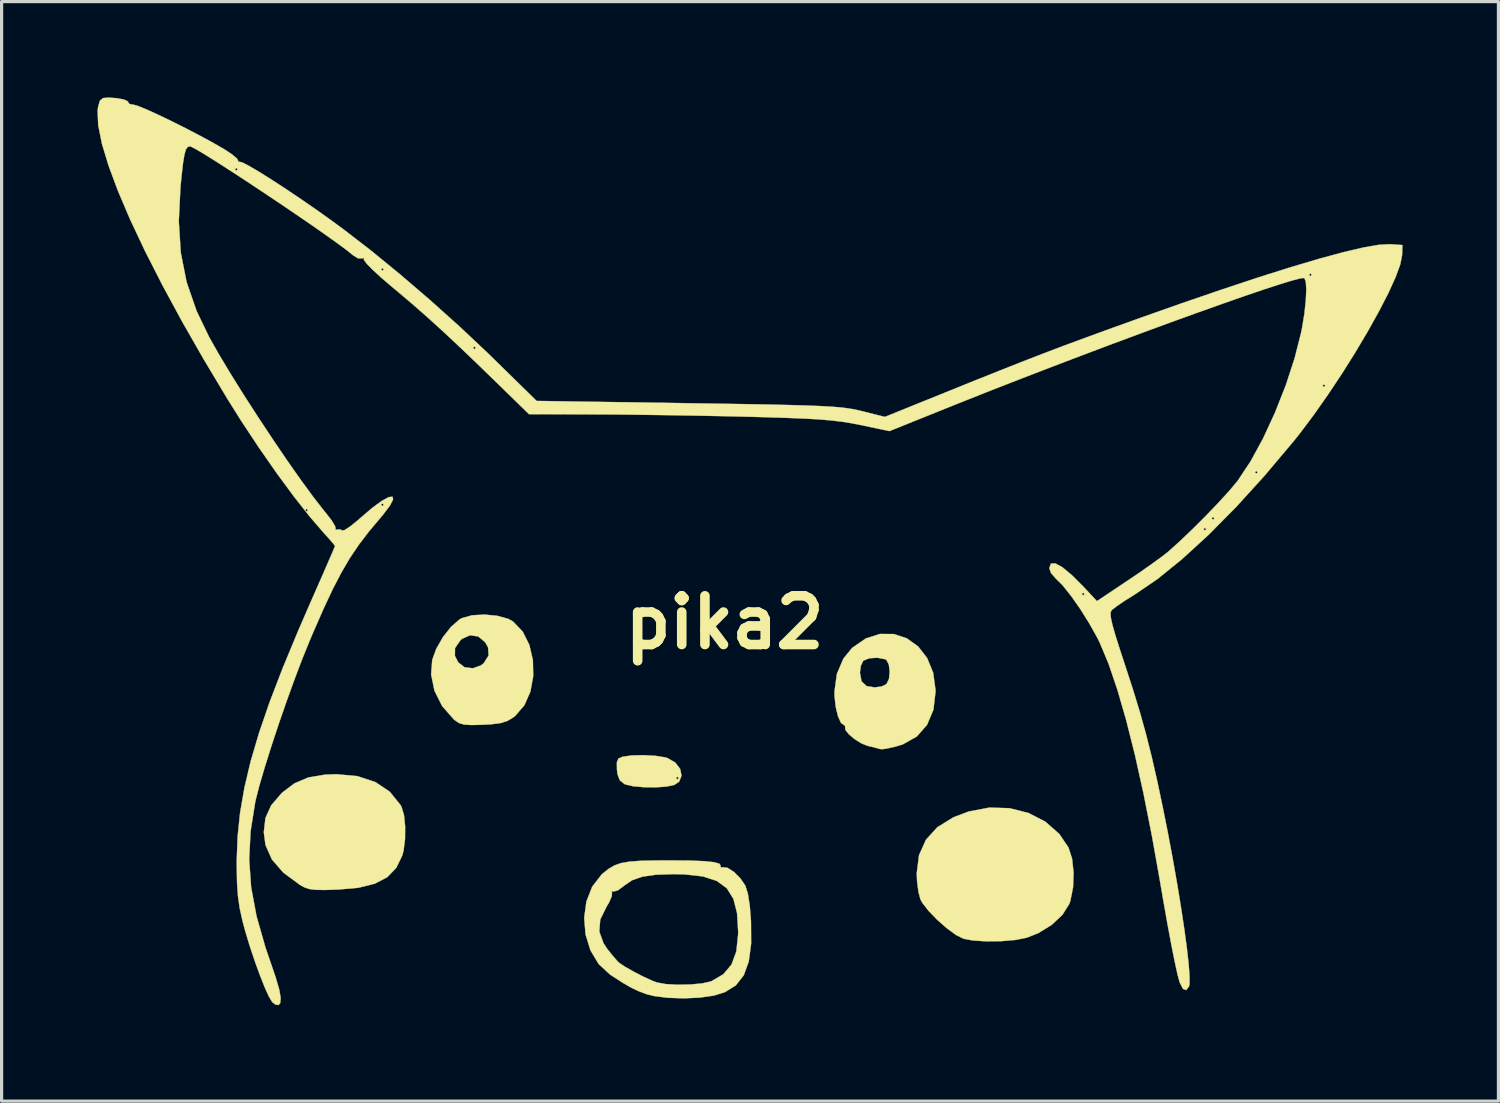
<source format=kicad_pcb>
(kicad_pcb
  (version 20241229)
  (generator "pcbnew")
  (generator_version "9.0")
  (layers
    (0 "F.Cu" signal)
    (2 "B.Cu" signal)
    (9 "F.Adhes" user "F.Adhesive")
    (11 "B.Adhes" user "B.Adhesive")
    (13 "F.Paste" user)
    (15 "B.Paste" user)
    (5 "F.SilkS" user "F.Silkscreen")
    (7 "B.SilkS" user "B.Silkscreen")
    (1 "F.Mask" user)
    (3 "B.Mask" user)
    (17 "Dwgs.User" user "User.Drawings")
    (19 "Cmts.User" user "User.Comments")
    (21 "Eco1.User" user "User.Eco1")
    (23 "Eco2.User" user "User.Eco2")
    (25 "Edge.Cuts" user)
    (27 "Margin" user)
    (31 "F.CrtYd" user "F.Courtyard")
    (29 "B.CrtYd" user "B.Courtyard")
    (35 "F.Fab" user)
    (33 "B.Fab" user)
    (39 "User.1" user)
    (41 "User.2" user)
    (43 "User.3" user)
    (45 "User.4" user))
  (footprint "pika2"
    (layer "F.Cu")
    (at 19.626 16.429)
    (property "Reference" "pika2" (at 0 0 0) (layer "F.SilkS") (effects (font (size 1.524 1.524) (thickness 0.3))))
    (attr through_hole)
    (fp_poly (pts (xy -2.166 4.173) (xy -1.857 4.222) (xy -1.789 4.242) (xy -1.543 4.385) (xy -1.393 4.583) (xy -1.349 4.795) (xy -1.423 4.981) (xy -1.572 5.082) (xy -1.817 5.135) (xy -2.155 5.159) (xy -2.524 5.155) (xy -2.861 5.125) (xy -3.104 5.069) (xy -3.133 5.056) (xy -3.282 4.938) (xy -3.308 4.868) (xy -1.524 4.868) (xy -1.482 4.911) (xy -1.439 4.868) (xy -1.482 4.826) (xy -1.524 4.868) (xy -3.308 4.868) (xy -3.354 4.744) (xy -3.37 4.602) (xy -3.373 4.374) (xy -3.324 4.259) (xy -3.2 4.203) (xy -2.914 4.161) (xy -2.544 4.152) (xy -2.166 4.173)) (stroke (width 0.01) (type solid)) (fill yes) (layer "F.SilkS"))
    (fp_poly (pts (xy -11.492 4.809) (xy -10.932 4.993) (xy -10.479 5.296) (xy -10.145 5.71) (xy -10.11 5.774) (xy -10.034 6.028) (xy -9.998 6.382) (xy -10.001 6.771) (xy -10.046 7.131) (xy -10.087 7.29) (xy -10.275 7.677) (xy -10.556 7.969) (xy -10.947 8.174) (xy -11.464 8.302) (xy -12.107 8.359) (xy -12.518 8.371) (xy -12.802 8.366) (xy -13.001 8.34) (xy -13.156 8.286) (xy -13.293 8.21) (xy -13.811 7.827) (xy -14.168 7.415) (xy -14.368 6.966) (xy -14.421 6.564) (xy -14.369 6.116) (xy -14.19 5.723) (xy -13.865 5.343) (xy -13.846 5.325) (xy -13.464 5.035) (xy -13.031 4.851) (xy -12.508 4.762) (xy -12.15 4.748) (xy -11.492 4.809)) (stroke (width 0.01) (type solid)) (fill yes) (layer "F.SilkS"))
    (fp_poly (pts (xy 8.916 5.812) (xy 9.509 5.962) (xy 10.037 6.234) (xy 10.473 6.618) (xy 10.761 7.044) (xy 10.872 7.391) (xy 10.92 7.828) (xy 10.903 8.289) (xy 10.82 8.705) (xy 10.784 8.808) (xy 10.572 9.146) (xy 10.234 9.463) (xy 9.814 9.722) (xy 9.454 9.864) (xy 9.101 9.934) (xy 8.659 9.972) (xy 8.192 9.978) (xy 7.767 9.951) (xy 7.478 9.897) (xy 7.244 9.781) (xy 6.953 9.569) (xy 6.65 9.303) (xy 6.378 9.021) (xy 6.181 8.765) (xy 6.126 8.661) (xy 6.064 8.427) (xy 6.022 8.104) (xy 6.011 7.848) (xy 6.083 7.281) (xy 6.298 6.801) (xy 6.657 6.406) (xy 7.164 6.094) (xy 7.638 5.915) (xy 8.284 5.793) (xy 8.916 5.812)) (stroke (width 0.01) (type solid)) (fill yes) (layer "F.SilkS"))
    (fp_poly (pts (xy -7.114 -0.209) (xy -6.772 -0.113) (xy -6.626 -0.034) (xy -6.319 0.286) (xy -6.11 0.704) (xy -6 1.181) (xy -5.99 1.68) (xy -6.078 2.162) (xy -6.266 2.589) (xy -6.554 2.924) (xy -6.614 2.971) (xy -6.801 3.082) (xy -7.015 3.149) (xy -7.309 3.186) (xy -7.578 3.201) (xy -7.927 3.209) (xy -8.156 3.194) (xy -8.311 3.148) (xy -8.44 3.062) (xy -8.476 3.031) (xy -8.84 2.616) (xy -9.081 2.134) (xy -9.185 1.625) (xy -9.151 1.176) (xy -9.105 1.047) (xy -8.44 1.047) (xy -8.335 1.251) (xy -8.137 1.402) (xy -7.88 1.433) (xy -7.625 1.343) (xy -7.535 1.27) (xy -7.386 1.033) (xy -7.403 0.781) (xy -7.491 0.622) (xy -7.708 0.438) (xy -7.967 0.4) (xy -8.221 0.513) (xy -8.268 0.556) (xy -8.437 0.8) (xy -8.44 1.047) (xy -9.105 1.047) (xy -9.023 0.821) (xy -8.814 0.456) (xy -8.559 0.133) (xy -8.298 -0.094) (xy -8.223 -0.136) (xy -7.906 -0.225) (xy -7.515 -0.247) (xy -7.114 -0.209)) (stroke (width 0.01) (type solid)) (fill yes) (layer "F.SilkS"))
    (fp_poly (pts (xy 5.295 0.362) (xy 5.7 0.496) (xy 6.055 0.75) (xy 6.338 1.114) (xy 6.526 1.575) (xy 6.6 2.122) (xy 6.6 2.159) (xy 6.533 2.731) (xy 6.334 3.204) (xy 6.012 3.569) (xy 5.572 3.816) (xy 5.332 3.888) (xy 5.084 3.943) (xy 4.943 3.965) (xy 4.853 3.958) (xy 4.784 3.938) (xy 4.642 3.899) (xy 4.473 3.86) (xy 4.277 3.782) (xy 4.066 3.649) (xy 3.886 3.498) (xy 3.779 3.362) (xy 3.772 3.294) (xy 3.764 3.222) (xy 3.741 3.217) (xy 3.639 3.14) (xy 3.547 2.934) (xy 3.476 2.642) (xy 3.439 2.306) (xy 3.437 2.159) (xy 3.513 1.608) (xy 3.531 1.566) (xy 4.233 1.566) (xy 4.283 1.841) (xy 4.443 1.991) (xy 4.699 2.032) (xy 4.918 2.001) (xy 5.063 1.93) (xy 5.142 1.768) (xy 5.166 1.542) (xy 5.138 1.32) (xy 5.062 1.172) (xy 5.031 1.152) (xy 4.785 1.104) (xy 4.53 1.119) (xy 4.346 1.192) (xy 4.335 1.202) (xy 4.262 1.355) (xy 4.233 1.566) (xy 3.531 1.566) (xy 3.717 1.129) (xy 3.992 0.793) (xy 4.419 0.499) (xy 4.861 0.359) (xy 5.295 0.362)) (stroke (width 0.01) (type solid)) (fill yes) (layer "F.SilkS"))
    (fp_poly (pts (xy -1.091 7.451) (xy -0.639 7.469) (xy -0.335 7.501) (xy -0.166 7.547) (xy -0.124 7.609) (xy -0.132 7.628) (xy -0.114 7.67) (xy -0.062 7.658) (xy 0.093 7.679) (xy 0.294 7.808) (xy 0.495 8.01) (xy 0.647 8.235) (xy 0.726 8.482) (xy 0.787 8.872) (xy 0.825 9.353) (xy 0.829 10.051) (xy 0.755 10.608) (xy 0.599 11.038) (xy 0.352 11.354) (xy 0.008 11.569) (xy -0.34 11.676) (xy -0.779 11.739) (xy -1.277 11.761) (xy -1.774 11.745) (xy -2.209 11.69) (xy -2.45 11.629) (xy -2.694 11.537) (xy -2.915 11.432) (xy -3.165 11.289) (xy -3.492 11.08) (xy -3.583 11.02) (xy -3.944 10.687) (xy -4.201 10.257) (xy -4.352 9.764) (xy -4.36 9.671) (xy -3.923 9.671) (xy -3.789 10.041) (xy -3.681 10.204) (xy -3.506 10.425) (xy -3.353 10.6) (xy -3.302 10.649) (xy -3.125 10.769) (xy -2.854 10.923) (xy -2.548 11.081) (xy -2.268 11.209) (xy -2.117 11.266) (xy -1.838 11.316) (xy -1.468 11.336) (xy -1.07 11.328) (xy -0.705 11.294) (xy -0.437 11.235) (xy -0.413 11.226) (xy -0.041 11.008) (xy 0.215 10.704) (xy 0.366 10.295) (xy 0.422 9.761) (xy 0.423 9.668) (xy 0.388 9.093) (xy 0.274 8.647) (xy 0.067 8.316) (xy -0.248 8.086) (xy -0.686 7.946) (xy -1.262 7.882) (xy -1.609 7.875) (xy -2.16 7.894) (xy -2.578 7.955) (xy -2.896 8.066) (xy -3.147 8.237) (xy -3.169 8.257) (xy -3.341 8.382) (xy -3.473 8.419) (xy -3.49 8.413) (xy -3.542 8.409) (xy -3.524 8.451) (xy -3.533 8.57) (xy -3.621 8.77) (xy -3.699 8.899) (xy -3.893 9.297) (xy -3.923 9.671) (xy -4.36 9.671) (xy -4.395 9.245) (xy -4.327 8.735) (xy -4.146 8.27) (xy -3.849 7.886) (xy -3.804 7.846) (xy -3.625 7.705) (xy -3.447 7.601) (xy -3.24 7.529) (xy -2.974 7.483) (xy -2.621 7.457) (xy -2.15 7.447) (xy -1.701 7.445) (xy -1.091 7.451)) (stroke (width 0.01) (type solid)) (fill yes) (layer "F.SilkS"))
    (fp_poly (pts (xy -19.012 -16.406) (xy -18.793 -16.363) (xy -18.67 -16.306) (xy -18.662 -16.268) (xy -18.617 -16.223) (xy -18.494 -16.202) (xy -18.346 -16.159) (xy -18.079 -16.049) (xy -17.723 -15.887) (xy -17.309 -15.688) (xy -16.866 -15.466) (xy -16.424 -15.236) (xy -16.013 -15.013) (xy -15.664 -14.812) (xy -15.643 -14.799) (xy -15.408 -14.643) (xy -15.256 -14.513) (xy -15.219 -14.437) (xy -15.219 -14.436) (xy -15.224 -14.403) (xy -15.187 -14.42) (xy -15.087 -14.393) (xy -14.87 -14.28) (xy -14.556 -14.095) (xy -14.166 -13.85) (xy -13.721 -13.56) (xy -13.241 -13.237) (xy -12.747 -12.895) (xy -12.259 -12.547) (xy -11.938 -12.311) (xy -11.088 -11.656) (xy -10.171 -10.906) (xy -9.228 -10.098) (xy -8.301 -9.267) (xy -7.432 -8.449) (xy -7.239 -8.261) (xy -5.884 -6.933) (xy -1.143 -6.861) (xy -0.117 -6.845) (xy 0.754 -6.831) (xy 1.486 -6.817) (xy 2.095 -6.803) (xy 2.595 -6.788) (xy 3.001 -6.772) (xy 3.328 -6.754) (xy 3.593 -6.733) (xy 3.809 -6.708) (xy 3.992 -6.68) (xy 4.158 -6.646) (xy 4.306 -6.611) (xy 5.014 -6.433) (xy 6.889 -7.191) (xy 7.806 -7.562) (xy 8.603 -7.88) (xy 9.313 -8.161) (xy 9.972 -8.416) (xy 10.615 -8.66) (xy 11.276 -8.905) (xy 11.991 -9.166) (xy 12.795 -9.455) (xy 12.869 -9.482) (xy 14.255 -9.972) (xy 15.526 -10.408) (xy 16.678 -10.79) (xy 16.962 -10.88) (xy 18.288 -10.88) (xy 18.33 -10.837) (xy 18.373 -10.88) (xy 18.33 -10.922) (xy 18.288 -10.88) (xy 16.962 -10.88) (xy 17.706 -11.115) (xy 18.605 -11.382) (xy 19.368 -11.589) (xy 19.992 -11.735) (xy 20.47 -11.818) (xy 20.797 -11.837) (xy 20.805 -11.837) (xy 21.209 -11.811) (xy 21.199 -11.49) (xy 21.143 -11.207) (xy 20.997 -10.808) (xy 20.773 -10.315) (xy 20.481 -9.748) (xy 20.136 -9.127) (xy 19.747 -8.471) (xy 19.327 -7.802) (xy 18.887 -7.139) (xy 18.44 -6.503) (xy 17.997 -5.913) (xy 17.798 -5.664) (xy 16.891 -4.588) (xy 16 -3.608) (xy 15.137 -2.736) (xy 14.313 -1.982) (xy 13.541 -1.357) (xy 12.831 -0.874) (xy 12.81 -0.861) (xy 12.516 -0.677) (xy 12.272 -0.511) (xy 12.121 -0.394) (xy 12.101 -0.373) (xy 12.075 -0.297) (xy 12.084 -0.157) (xy 12.133 0.067) (xy 12.226 0.396) (xy 12.369 0.848) (xy 12.515 1.292) (xy 12.776 2.093) (xy 12.995 2.81) (xy 13.186 3.495) (xy 13.363 4.2) (xy 13.54 4.975) (xy 13.705 5.757) (xy 13.868 6.57) (xy 14.02 7.378) (xy 14.158 8.163) (xy 14.28 8.905) (xy 14.383 9.586) (xy 14.464 10.187) (xy 14.52 10.688) (xy 14.549 11.071) (xy 14.547 11.317) (xy 14.534 11.383) (xy 14.445 11.504) (xy 14.343 11.465) (xy 14.243 11.272) (xy 14.232 11.239) (xy 14.168 10.997) (xy 14.082 10.604) (xy 13.977 10.079) (xy 13.858 9.439) (xy 13.727 8.701) (xy 13.629 8.128) (xy 13.372 6.685) (xy 13.107 5.35) (xy 12.837 4.134) (xy 12.563 3.047) (xy 12.288 2.097) (xy 12.015 1.294) (xy 11.745 0.648) (xy 11.66 0.475) (xy 11.408 0.024) (xy 11.127 -0.424) (xy 10.841 -0.831) (xy 10.795 -0.889) (xy 11.176 -0.889) (xy 11.218 -0.847) (xy 11.261 -0.889) (xy 11.218 -0.931) (xy 11.176 -0.889) (xy 10.795 -0.889) (xy 10.577 -1.162) (xy 10.361 -1.378) (xy 10.356 -1.382) (xy 10.213 -1.547) (xy 10.16 -1.699) (xy 10.208 -1.841) (xy 10.347 -1.85) (xy 10.569 -1.728) (xy 10.868 -1.48) (xy 11.223 -1.125) (xy 11.65 -0.668) (xy 12.61 -1.309) (xy 12.995 -1.57) (xy 13.357 -1.824) (xy 13.658 -2.042) (xy 13.86 -2.198) (xy 13.876 -2.211) (xy 14.233 -2.532) (xy 14.637 -2.917) (xy 14.641 -2.921) (xy 14.986 -2.921) (xy 15.028 -2.879) (xy 15.071 -2.921) (xy 15.028 -2.963) (xy 14.986 -2.921) (xy 14.641 -2.921) (xy 14.981 -3.26) (xy 15.24 -3.26) (xy 15.282 -3.217) (xy 15.325 -3.26) (xy 15.282 -3.302) (xy 15.24 -3.26) (xy 14.981 -3.26) (xy 15.053 -3.332) (xy 15.447 -3.742) (xy 15.786 -4.114) (xy 16.036 -4.412) (xy 16.062 -4.445) (xy 16.23 -4.699) (xy 16.595 -4.699) (xy 16.637 -4.657) (xy 16.679 -4.699) (xy 16.637 -4.741) (xy 16.595 -4.699) (xy 16.23 -4.699) (xy 16.458 -5.042) (xy 16.852 -5.765) (xy 17.224 -6.572) (xy 17.554 -7.408) (xy 18.711 -7.408) (xy 18.754 -7.366) (xy 18.796 -7.408) (xy 18.754 -7.451) (xy 18.711 -7.408) (xy 17.554 -7.408) (xy 17.559 -7.42) (xy 17.836 -8.268) (xy 18.04 -9.072) (xy 18.069 -9.218) (xy 18.142 -9.663) (xy 18.186 -10.076) (xy 18.202 -10.421) (xy 18.186 -10.667) (xy 18.14 -10.78) (xy 18.027 -10.771) (xy 17.771 -10.705) (xy 17.384 -10.587) (xy 16.879 -10.423) (xy 16.27 -10.216) (xy 15.572 -9.972) (xy 14.796 -9.695) (xy 13.957 -9.392) (xy 13.068 -9.065) (xy 12.143 -8.721) (xy 11.195 -8.364) (xy 10.238 -8) (xy 9.284 -7.632) (xy 8.348 -7.267) (xy 7.443 -6.908) (xy 7.171 -6.799) (xy 5.156 -5.989) (xy 4.25 -6.18) (xy 3.956 -6.237) (xy 3.661 -6.284) (xy 3.338 -6.322) (xy 2.963 -6.354) (xy 2.51 -6.38) (xy 1.954 -6.402) (xy 1.27 -6.424) (xy 0.762 -6.438) (xy -0.028 -6.456) (xy -0.894 -6.473) (xy -1.785 -6.488) (xy -2.65 -6.5) (xy -3.436 -6.509) (xy -3.972 -6.512) (xy -6.123 -6.519) (xy -7.147 -7.518) (xy -7.804 -8.155) (xy -8.263 -8.594) (xy -7.874 -8.594) (xy -7.832 -8.551) (xy -7.789 -8.594) (xy -7.832 -8.636) (xy -7.874 -8.594) (xy -8.263 -8.594) (xy -8.369 -8.694) (xy -8.869 -9.161) (xy -9.331 -9.579) (xy -9.781 -9.973) (xy -10.246 -10.367) (xy -10.408 -10.502) (xy -10.741 -10.786) (xy -11.013 -11.036) (xy -11.026 -11.049) (xy -10.753 -11.049) (xy -10.71 -11.007) (xy -10.668 -11.049) (xy -10.71 -11.091) (xy -10.753 -11.049) (xy -11.026 -11.049) (xy -11.203 -11.23) (xy -11.289 -11.347) (xy -11.29 -11.367) (xy -11.288 -11.415) (xy -11.339 -11.392) (xy -11.474 -11.396) (xy -11.627 -11.491) (xy -11.811 -11.64) (xy -12.103 -11.856) (xy -12.481 -12.126) (xy -12.926 -12.437) (xy -13.419 -12.775) (xy -13.94 -13.128) (xy -14.469 -13.482) (xy -14.986 -13.824) (xy -15.471 -14.141) (xy -15.535 -14.182) (xy -15.325 -14.182) (xy -15.282 -14.139) (xy -15.24 -14.182) (xy -15.282 -14.224) (xy -15.325 -14.182) (xy -15.535 -14.182) (xy -15.905 -14.419) (xy -16.268 -14.646) (xy -16.54 -14.808) (xy -16.702 -14.892) (xy -16.733 -14.901) (xy -16.803 -14.88) (xy -16.859 -14.801) (xy -16.905 -14.64) (xy -16.949 -14.373) (xy -16.994 -13.977) (xy -17.029 -13.628) (xy -17.081 -12.553) (xy -17.019 -11.572) (xy -16.836 -10.649) (xy -16.524 -9.747) (xy -16.13 -8.929) (xy -15.836 -8.409) (xy -15.473 -7.803) (xy -15.059 -7.139) (xy -14.612 -6.446) (xy -14.152 -5.75) (xy -13.698 -5.081) (xy -13.267 -4.467) (xy -12.878 -3.935) (xy -12.551 -3.514) (xy -12.474 -3.421) (xy -12.298 -3.194) (xy -12.19 -3.014) (xy -12.172 -2.921) (xy -12.175 -2.89) (xy -12.134 -2.909) (xy -12.011 -2.909) (xy -11.98 -2.878) (xy -11.897 -2.889) (xy -11.721 -3.002) (xy -11.48 -3.197) (xy -11.403 -3.266) (xy -11.029 -3.585) (xy -10.895 -3.683) (xy -10.753 -3.683) (xy -10.71 -3.641) (xy -10.668 -3.683) (xy -10.71 -3.725) (xy -10.753 -3.683) (xy -10.895 -3.683) (xy -10.73 -3.804) (xy -10.515 -3.921) (xy -10.393 -3.937) (xy -10.375 -3.851) (xy -10.47 -3.664) (xy -10.687 -3.375) (xy -10.77 -3.277) (xy -11.13 -2.848) (xy -11.443 -2.439) (xy -11.725 -2.021) (xy -11.992 -1.566) (xy -12.262 -1.047) (xy -12.549 -0.434) (xy -12.871 0.3) (xy -12.997 0.597) (xy -13.222 1.152) (xy -13.464 1.791) (xy -13.713 2.48) (xy -13.958 3.186) (xy -14.186 3.877) (xy -14.388 4.519) (xy -14.553 5.079) (xy -14.668 5.525) (xy -14.691 5.63) (xy -14.835 6.538) (xy -14.879 7.41) (xy -14.818 8.283) (xy -14.648 9.192) (xy -14.368 10.174) (xy -14.222 10.599) (xy -14.047 11.112) (xy -13.938 11.489) (xy -13.893 11.748) (xy -13.906 11.906) (xy -13.959 11.973) (xy -14.064 11.954) (xy -14.161 11.873) (xy -14.261 11.707) (xy -14.394 11.414) (xy -14.547 11.027) (xy -14.708 10.582) (xy -14.865 10.112) (xy -15.003 9.654) (xy -15.089 9.333) (xy -15.175 8.942) (xy -15.23 8.559) (xy -15.259 8.13) (xy -15.268 7.599) (xy -15.268 7.451) (xy -15.241 6.706) (xy -15.163 5.953) (xy -15.028 5.172) (xy -14.833 4.347) (xy -14.571 3.459) (xy -14.239 2.492) (xy -13.83 1.427) (xy -13.34 0.247) (xy -12.994 -0.55) (xy -12.768 -1.063) (xy -12.566 -1.523) (xy -12.399 -1.907) (xy -12.275 -2.193) (xy -12.205 -2.36) (xy -12.192 -2.393) (xy -12.245 -2.464) (xy -12.381 -2.623) (xy -12.539 -2.797) (xy -12.984 -3.314) (xy -13.142 -3.514) (xy -13.123 -3.514) (xy -13.081 -3.471) (xy -13.039 -3.514) (xy -13.081 -3.556) (xy -13.123 -3.514) (xy -13.142 -3.514) (xy -13.487 -3.952) (xy -14.025 -4.683) (xy -14.579 -5.479) (xy -15.129 -6.311) (xy -15.554 -6.988) (xy -16.303 -8.238) (xy -16.987 -9.434) (xy -17.6 -10.567) (xy -18.141 -11.629) (xy -18.604 -12.611) (xy -18.985 -13.505) (xy -19.281 -14.3) (xy -19.489 -14.99) (xy -19.603 -15.564) (xy -19.621 -16.015) (xy -19.606 -16.131) (xy -19.55 -16.33) (xy -19.449 -16.411) (xy -19.279 -16.424) (xy -19.012 -16.406)) (stroke (width 0.01) (type solid)) (fill yes) (layer "F.SilkS")))
  (gr_rect
    (start -3 -3)
    (end 43.84 31.408)
    (stroke (width 0.1) (type default))
    (fill no)
    (layer "Edge.Cuts")))
</source>
